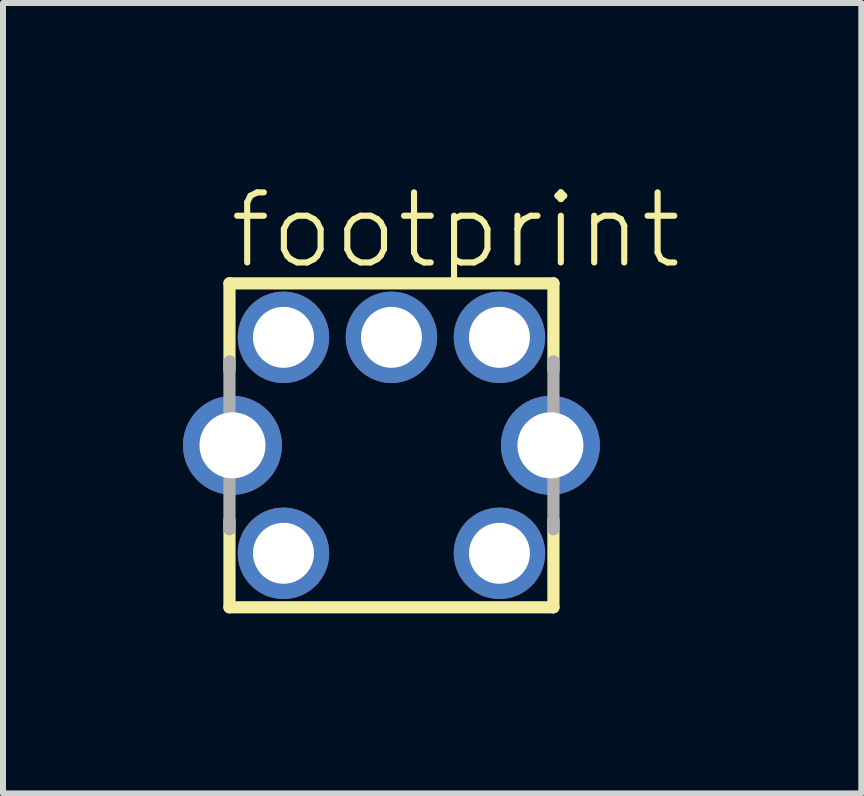
<source format=kicad_pcb>
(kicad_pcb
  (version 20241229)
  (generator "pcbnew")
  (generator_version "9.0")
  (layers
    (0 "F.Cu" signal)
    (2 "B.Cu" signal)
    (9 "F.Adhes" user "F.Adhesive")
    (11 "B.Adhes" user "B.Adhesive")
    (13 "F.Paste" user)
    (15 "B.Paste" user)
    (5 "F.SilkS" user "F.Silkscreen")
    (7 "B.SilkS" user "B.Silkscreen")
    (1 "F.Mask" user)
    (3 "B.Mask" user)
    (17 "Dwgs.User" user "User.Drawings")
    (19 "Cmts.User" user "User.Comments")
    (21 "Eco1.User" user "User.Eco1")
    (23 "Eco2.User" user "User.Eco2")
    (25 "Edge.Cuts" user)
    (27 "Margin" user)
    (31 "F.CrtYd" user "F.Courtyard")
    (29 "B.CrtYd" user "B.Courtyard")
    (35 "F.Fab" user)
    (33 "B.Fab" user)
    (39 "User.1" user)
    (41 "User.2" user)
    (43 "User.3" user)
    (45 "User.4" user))
  (footprint "footprint"
    (layer "F.Cu")
    (at 3.475 4.373)
    (property "Reference" "footprint" (at -2.75 -2.9 0) (layer "F.SilkS") (effects (font (size 1.168 1.168) (thickness 0.102)) (justify left bottom)))
    (fp_line (start -2.7 -2.7) (end 2.7 -2.7) (stroke (width 0.203) (type solid)) (layer "F.SilkS"))
    (fp_line (start -2.7 -1.25) (end -2.7 -2.7) (stroke (width 0.203) (type solid)) (layer "F.SilkS"))
    (fp_line (start -2.7 2.7) (end -2.7 1.25) (stroke (width 0.203) (type solid)) (layer "F.SilkS"))
    (fp_line (start 2.7 -2.7) (end 2.7 -1.25) (stroke (width 0.203) (type solid)) (layer "F.SilkS"))
    (fp_line (start 2.7 1.25) (end 2.7 2.7) (stroke (width 0.203) (type solid)) (layer "F.SilkS"))
    (fp_line (start 2.7 2.7) (end -2.7 2.7) (stroke (width 0.203) (type solid)) (layer "F.SilkS"))
    (fp_line (start -2.7 1.4) (end -2.7 -1.4) (stroke (width 0.203) (type solid)) (layer "F.Fab"))
    (fp_line (start 2.7 -1.4) (end 2.7 1.4) (stroke (width 0.203) (type solid)) (layer "F.Fab"))
    (pad "1" thru_hole circle (at -1.8 1.8) (size 1.524 1.524) (drill 1.016) (layers "*.Cu" "*.Mask"))
    (pad "2" thru_hole circle (at -1.8 -1.8) (size 1.524 1.524) (drill 1.016) (layers "*.Cu" "*.Mask"))
    (pad "3" thru_hole circle (at 0 -1.8) (size 1.524 1.524) (drill 1.016) (layers "*.Cu" "*.Mask"))
    (pad "4" thru_hole circle (at 1.8 -1.8) (size 1.524 1.524) (drill 1.016) (layers "*.Cu" "*.Mask"))
    (pad "5" thru_hole circle (at 1.8 1.8) (size 1.524 1.524) (drill 1.016) (layers "*.Cu" "*.Mask"))
    (pad "S1" thru_hole circle (at -2.65 0) (size 1.65 1.65) (drill 1.1) (layers "*.Cu" "*.Mask"))
    (pad "S2" thru_hole circle (at 2.65 0) (size 1.65 1.65) (drill 1.1) (layers "*.Cu" "*.Mask")))
  (gr_rect
    (start -3 -3)
    (end 11.307 10.175)
    (stroke (width 0.1) (type default))
    (fill no)
    (layer "Edge.Cuts")))
</source>
